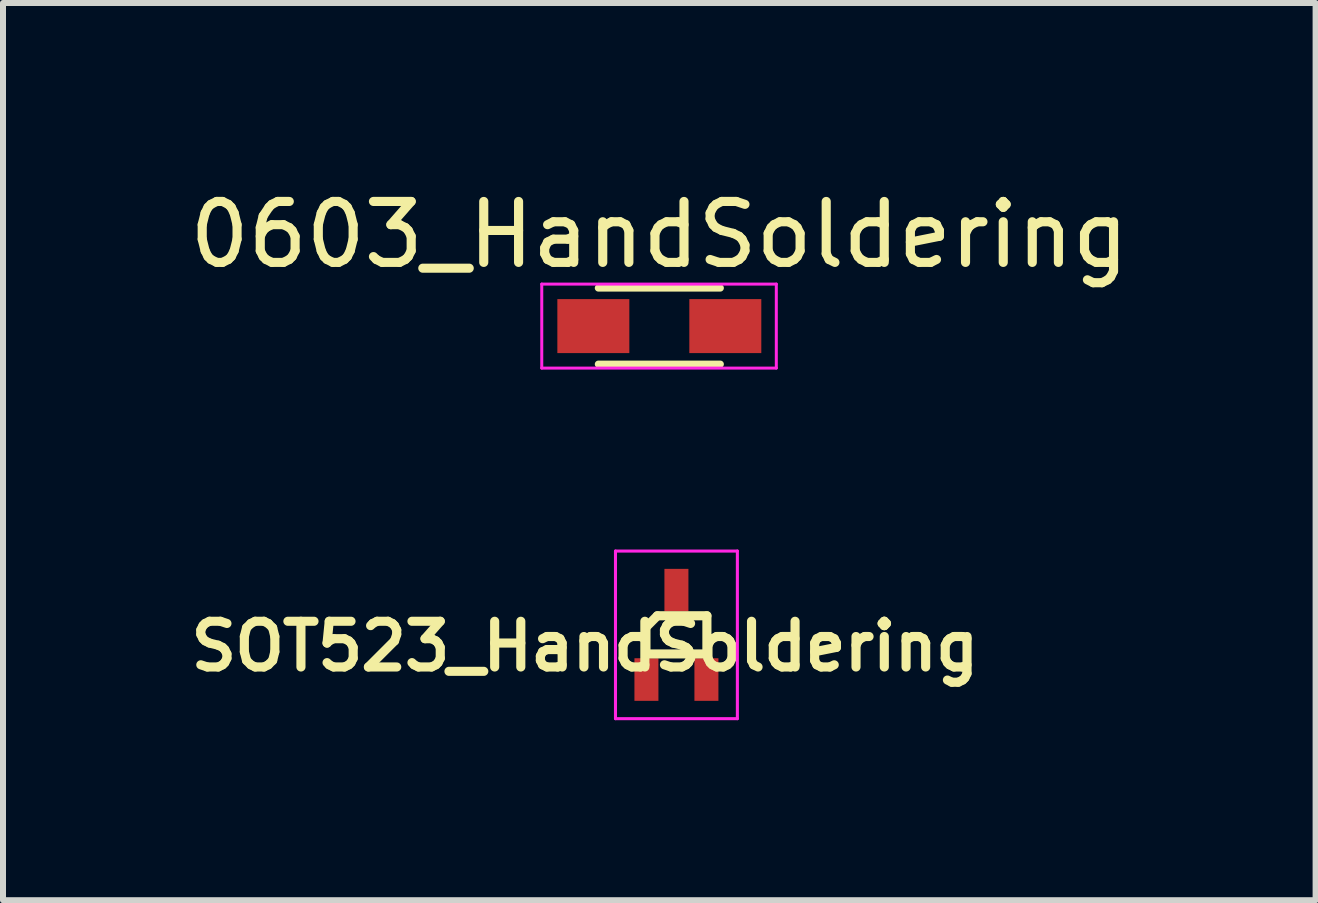
<source format=kicad_pcb>
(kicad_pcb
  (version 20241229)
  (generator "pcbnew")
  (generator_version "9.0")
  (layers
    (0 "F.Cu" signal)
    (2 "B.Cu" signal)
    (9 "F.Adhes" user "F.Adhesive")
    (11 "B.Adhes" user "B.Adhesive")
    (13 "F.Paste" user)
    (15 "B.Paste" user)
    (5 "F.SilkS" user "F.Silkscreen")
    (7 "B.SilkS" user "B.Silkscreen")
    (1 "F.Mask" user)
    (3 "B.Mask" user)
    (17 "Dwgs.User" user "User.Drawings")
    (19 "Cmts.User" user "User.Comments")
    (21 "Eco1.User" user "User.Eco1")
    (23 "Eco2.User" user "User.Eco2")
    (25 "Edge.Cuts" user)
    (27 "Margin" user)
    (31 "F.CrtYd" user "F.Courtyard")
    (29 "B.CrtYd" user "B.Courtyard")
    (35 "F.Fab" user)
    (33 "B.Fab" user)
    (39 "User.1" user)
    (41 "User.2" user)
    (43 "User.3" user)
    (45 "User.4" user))
  (footprint "SOT523_HandSoldering"
    (layer "F.Cu")
    (at 8.226 7.533)
    (property "Reference" "SOT523_HandSoldering" (at -1.524 0.191 0) (layer "F.SilkS") (effects (font (size 0.762 0.762) (thickness 0.152))))
    (attr smd)
    (fp_line (start -0.508 -0.127) (end -0.318 -0.318) (stroke (width 0.152) (type solid)) (layer "F.SilkS"))
    (fp_line (start -0.508 0.318) (end -0.508 -0.127) (stroke (width 0.152) (type solid)) (layer "F.SilkS"))
    (fp_line (start -0.318 -0.318) (end 0.508 -0.318) (stroke (width 0.152) (type solid)) (layer "F.SilkS"))
    (fp_line (start 0.508 -0.318) (end 0.508 0.318) (stroke (width 0.152) (type solid)) (layer "F.SilkS"))
    (fp_line (start 0.508 0.318) (end -0.508 0.318) (stroke (width 0.152) (type solid)) (layer "F.SilkS"))
    (fp_line (start -1.016 1.397) (end -1.016 -1.397) (stroke (width 0.051) (type solid)) (layer "F.CrtYd"))
    (fp_line (start -1.016 1.397) (end 1.016 1.397) (stroke (width 0.051) (type solid)) (layer "F.CrtYd"))
    (fp_line (start 1.016 -1.397) (end -1.016 -1.397) (stroke (width 0.051) (type solid)) (layer "F.CrtYd"))
    (fp_line (start 1.016 -1.397) (end 1.016 1.397) (stroke (width 0.051) (type solid)) (layer "F.CrtYd"))
    (pad "1" smd rect (at -0.5 0.745) (size 0.4 0.71) (layers "F.Cu" "F.Mask"))
    (pad "2" smd rect (at 0.5 0.745) (size 0.4 0.71) (layers "F.Cu" "F.Mask"))
    (pad "3" smd rect (at 0 -0.745) (size 0.4 0.71) (layers "F.Cu" "F.Mask")))
  (footprint "0603_HandSoldering"
    (layer "F.Cu")
    (at 7.941 2.386)
    (property "Reference" "0603_HandSoldering" (at 0 -1.524 0) (layer "F.SilkS") (effects (font (size 1.016 1.016) (thickness 0.152))))
    (attr smd)
    (fp_line (start -1.016 -0.635) (end 1.016 -0.635) (stroke (width 0.12) (type solid)) (layer "F.SilkS"))
    (fp_line (start 1.016 0.635) (end -1.016 0.635) (stroke (width 0.12) (type solid)) (layer "F.SilkS"))
    (fp_line (start -1.96 -0.7) (end -1.96 0.7) (stroke (width 0.05) (type solid)) (layer "F.CrtYd"))
    (fp_line (start -1.96 -0.7) (end 1.95 -0.7) (stroke (width 0.05) (type solid)) (layer "F.CrtYd"))
    (fp_line (start 1.95 0.7) (end -1.96 0.7) (stroke (width 0.05) (type solid)) (layer "F.CrtYd"))
    (fp_line (start 1.95 0.7) (end 1.95 -0.7) (stroke (width 0.05) (type solid)) (layer "F.CrtYd"))
    (pad "1" smd rect (at -1.1 0) (size 1.2 0.9) (layers "F.Cu" "F.Mask" "F.Paste"))
    (pad "2" smd rect (at 1.1 0) (size 1.2 0.9) (layers "F.Cu" "F.Mask" "F.Paste")))
  (gr_rect
    (start -3 -3)
    (end 18.881 11.956)
    (stroke (width 0.1) (type default))
    (fill no)
    (layer "Edge.Cuts")))
</source>
